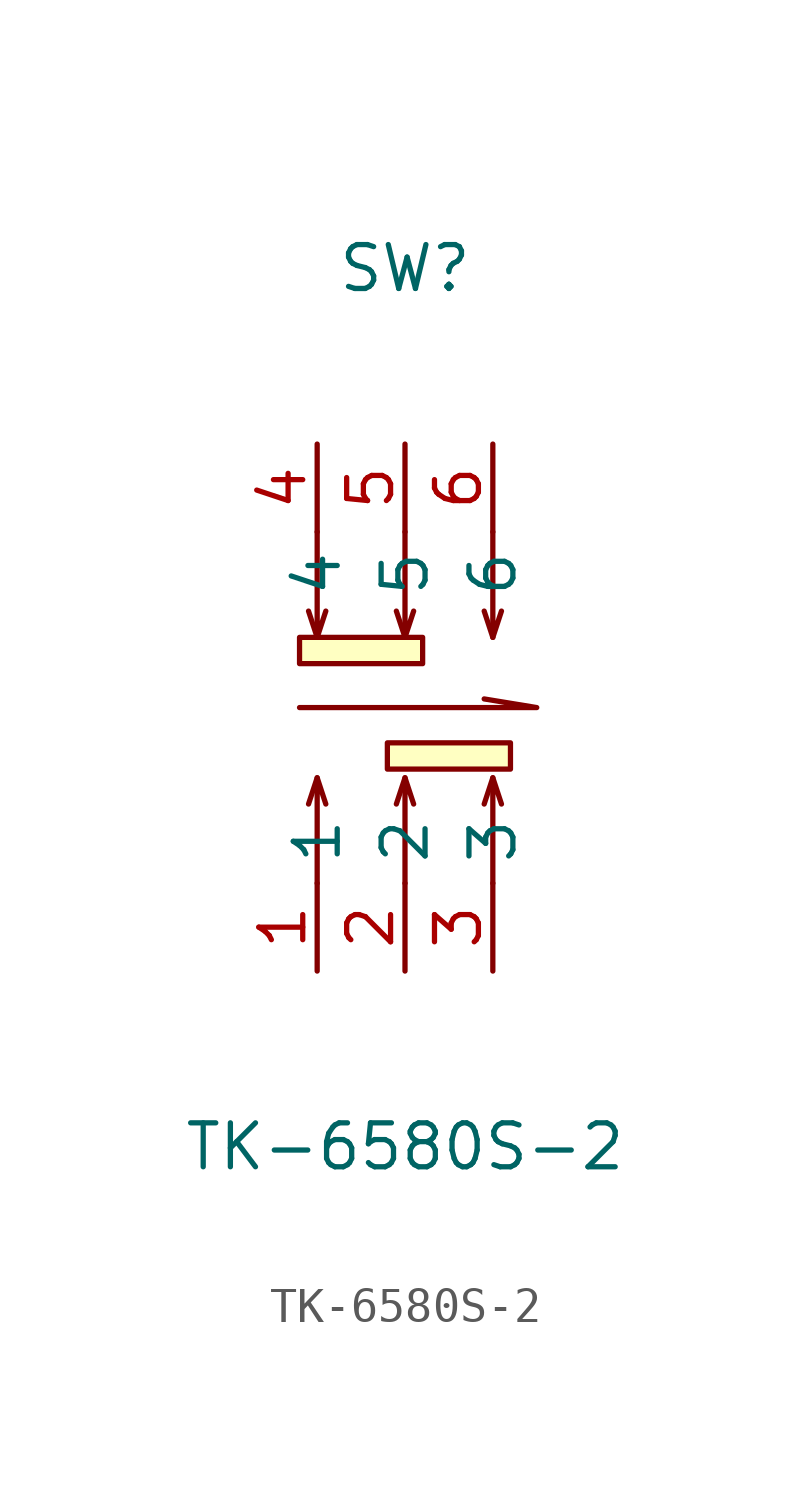
<source format=kicad_sym>
(kicad_symbol_lib
  (version 20220914)
  (generator kicad_symbol_editor)
  (symbol "TK-6580S-2"
    (property "Reference" "SW"
      (at 0 12.7 0)
      (effects (font (size 1.27 1.27))))
    (property "Value" "TK-6580S-2"
      (at 0 -12.7 0)
      (effects (font (size 1.27 1.27))))
    (symbol "TK-6580S-2_0_1"
      (rectangle (start -3.05 2.03) (end 0.51 1.27) (stroke (width 0) (type default)) (fill (type background)))
      (rectangle (start -0.51 -1.02) (end 3.05 -1.78) (stroke (width 0) (type default)) (fill (type background)))
      (polyline (pts (xy -2.54 -2.03) (xy -2.79 -2.79)) (stroke (width 0) (type default)) (fill (type none)))
      (polyline (pts (xy -2.54 2.03) (xy -2.79 2.79)) (stroke (width 0) (type default)) (fill (type none)))
      (polyline (pts (xy 0 -2.03) (xy -0.25 -2.79)) (stroke (width 0) (type default)) (fill (type none)))
      (polyline (pts (xy 0 2.03) (xy -0.25 2.79)) (stroke (width 0) (type default)) (fill (type none)))
      (polyline (pts (xy 2.54 -2.03) (xy 2.29 -2.79)) (stroke (width 0) (type default)) (fill (type none)))
      (polyline (pts (xy 2.54 2.03) (xy 2.29 2.79)) (stroke (width 0) (type default)) (fill (type none)))
      (polyline (pts (xy -3.05 0) (xy 3.81 0) (xy 2.29 0.25)) (stroke (width 0) (type default)) (fill (type none)))
      (polyline (pts (xy -2.54 -5.08) (xy -2.54 -2.03) (xy -2.29 -2.79)) (stroke (width 0) (type default)) (fill (type none)))
      (polyline (pts (xy -2.54 5.08) (xy -2.54 2.03) (xy -2.29 2.79)) (stroke (width 0) (type default)) (fill (type none)))
      (polyline (pts (xy 0 -5.08) (xy 0 -2.03) (xy 0.25 -2.79)) (stroke (width 0) (type default)) (fill (type none)))
      (polyline (pts (xy 0 5.08) (xy 0 2.03) (xy 0.25 2.79)) (stroke (width 0) (type default)) (fill (type none)))
      (polyline (pts (xy 2.54 -5.08) (xy 2.54 -2.03) (xy 2.79 -2.79)) (stroke (width 0) (type default)) (fill (type none)))
      (polyline (pts (xy 2.54 5.08) (xy 2.54 2.03) (xy 2.79 2.79)) (stroke (width 0) (type default)) (fill (type none))))
    (symbol "TK-6580S-2_1_1"
      (pin passive line (at -2.54 -7.62 90) (length 2.54) (name "1" (effects (font (size 1.27 1.27)))) (number "1" (effects (font (size 1.27 1.27)))))
      (pin passive line (at 0 -7.62 90) (length 2.54) (name "2" (effects (font (size 1.27 1.27)))) (number "2" (effects (font (size 1.27 1.27)))))
      (pin passive line (at 2.54 -7.62 90) (length 2.54) (name "3" (effects (font (size 1.27 1.27)))) (number "3" (effects (font (size 1.27 1.27)))))
      (pin passive line (at -2.54 7.62 270) (length 2.54) (name "4" (effects (font (size 1.27 1.27)))) (number "4" (effects (font (size 1.27 1.27)))))
      (pin passive line (at 0 7.62 270) (length 2.54) (name "5" (effects (font (size 1.27 1.27)))) (number "5" (effects (font (size 1.27 1.27)))))
      (pin passive line (at 2.54 7.62 270) (length 2.54) (name "6" (effects (font (size 1.27 1.27)))) (number "6" (effects (font (size 1.27 1.27))))))))
</source>
